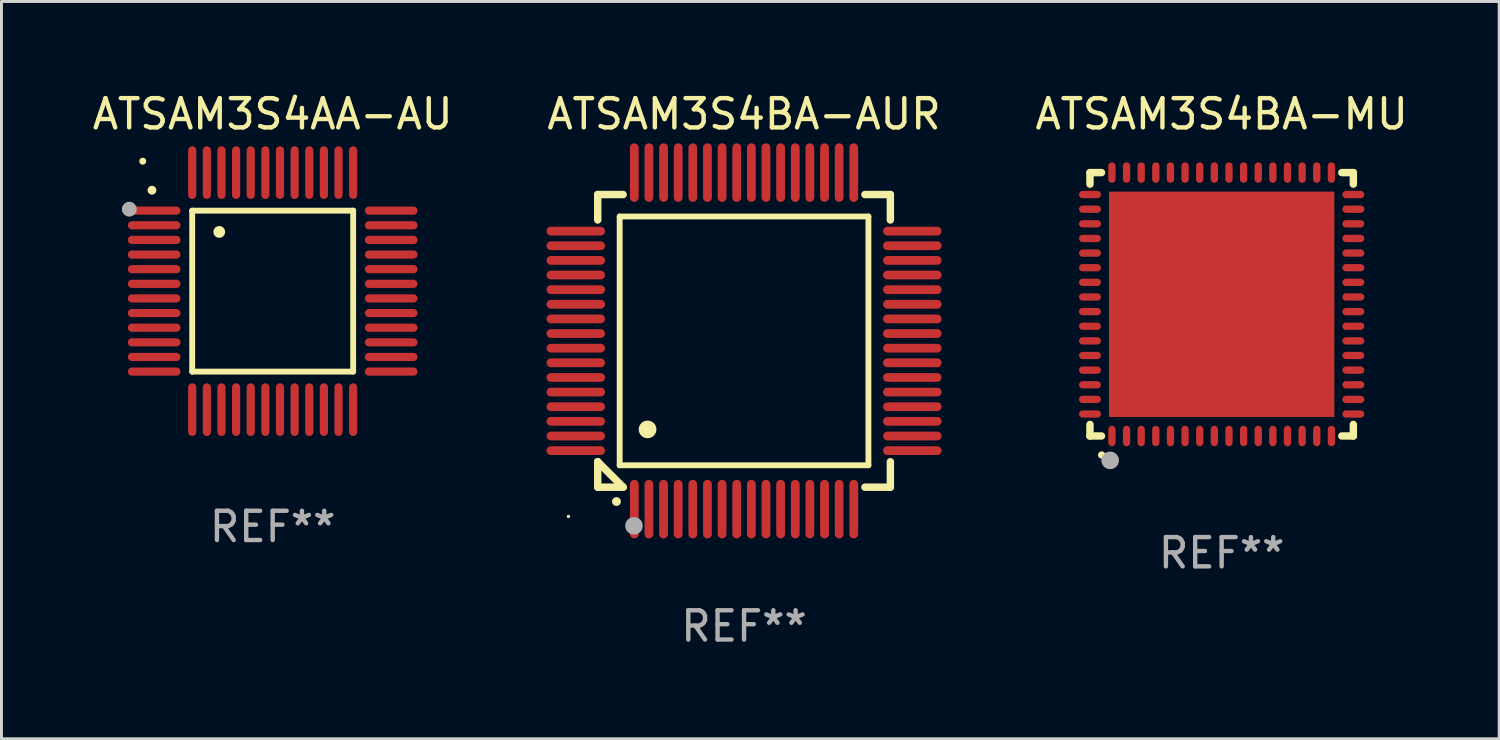
<source format=kicad_pcb>
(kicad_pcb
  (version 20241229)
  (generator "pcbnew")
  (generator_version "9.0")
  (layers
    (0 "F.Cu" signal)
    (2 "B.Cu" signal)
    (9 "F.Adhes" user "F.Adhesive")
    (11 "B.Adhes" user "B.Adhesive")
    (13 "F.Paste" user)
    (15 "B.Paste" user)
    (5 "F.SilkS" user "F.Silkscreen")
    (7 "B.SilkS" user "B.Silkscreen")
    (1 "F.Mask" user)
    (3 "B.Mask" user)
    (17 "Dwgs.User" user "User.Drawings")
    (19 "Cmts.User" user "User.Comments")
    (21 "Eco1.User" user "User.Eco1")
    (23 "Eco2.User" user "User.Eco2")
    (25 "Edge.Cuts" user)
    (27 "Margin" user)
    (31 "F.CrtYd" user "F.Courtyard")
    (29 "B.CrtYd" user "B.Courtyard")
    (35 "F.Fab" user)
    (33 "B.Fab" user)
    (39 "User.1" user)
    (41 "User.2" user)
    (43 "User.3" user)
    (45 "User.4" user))
  (footprint "ATSAM3S4AA-AU"
    (layer "F.Cu")
    (at 6.268 6.898)
    (property "Reference" "ATSAM3S4AA-AU" (at 0 -6.05 0) (layer "F.SilkS") (effects (font (size 1 1) (thickness 0.15))))
    (attr through_hole)
    (fp_line (start -2.75 -2.75) (end 2.75 -2.75) (stroke (width 0.2) (type solid)) (layer "F.SilkS"))
    (fp_line (start -2.75 2.75) (end -2.75 -2.75) (stroke (width 0.2) (type solid)) (layer "F.SilkS"))
    (fp_line (start 2.75 -2.75) (end 2.75 2.75) (stroke (width 0.2) (type solid)) (layer "F.SilkS"))
    (fp_line (start 2.75 2.75) (end -2.75 2.75) (stroke (width 0.2) (type solid)) (layer "F.SilkS"))
    (fp_arc (start -4.124968 -3.446787) (mid -4.124973 -3.448057) (end -4.124968 -3.449327) (stroke (width 0.3) (type solid)) (layer "F.SilkS"))
    (fp_arc (start -1.826264 -2.021844) (mid -1.826268 -2.023114) (end -1.826264 -2.024384) (stroke (width 0.4) (type solid)) (layer "F.SilkS"))
    (fp_circle (center -4.44 -4.44) (end -4.38 -4.44) (stroke (width 0.12) (type solid)) (fill no) (layer "F.SilkS"))
    (fp_circle (center -4.9 -2.8) (end -4.773 -2.8) (stroke (width 0.254) (type solid)) (fill no) (layer "F.Fab"))
    (fp_text user "REF**" (at 0 8.05 0) (layer "F.Fab") (effects (font (size 1 1) (thickness 0.15))))
    (pad "1" smd oval (at -4.05 -2.75 90) (size 0.28 1.8) (layers "F.Cu" "F.Mask" "F.Paste"))
    (pad "2" smd oval (at -4.05 -2.25 90) (size 0.28 1.8) (layers "F.Cu" "F.Mask" "F.Paste"))
    (pad "3" smd oval (at -4.05 -1.75 90) (size 0.28 1.8) (layers "F.Cu" "F.Mask" "F.Paste"))
    (pad "4" smd oval (at -4.05 -1.25 90) (size 0.28 1.8) (layers "F.Cu" "F.Mask" "F.Paste"))
    (pad "5" smd oval (at -4.05 -0.75 90) (size 0.28 1.8) (layers "F.Cu" "F.Mask" "F.Paste"))
    (pad "6" smd oval (at -4.05 -0.25 90) (size 0.28 1.8) (layers "F.Cu" "F.Mask" "F.Paste"))
    (pad "7" smd oval (at -4.05 0.25 90) (size 0.28 1.8) (layers "F.Cu" "F.Mask" "F.Paste"))
    (pad "8" smd oval (at -4.05 0.75 90) (size 0.28 1.8) (layers "F.Cu" "F.Mask" "F.Paste"))
    (pad "9" smd oval (at -4.05 1.25 90) (size 0.28 1.8) (layers "F.Cu" "F.Mask" "F.Paste"))
    (pad "10" smd oval (at -4.05 1.75 90) (size 0.28 1.8) (layers "F.Cu" "F.Mask" "F.Paste"))
    (pad "11" smd oval (at -4.05 2.25 90) (size 0.28 1.8) (layers "F.Cu" "F.Mask" "F.Paste"))
    (pad "12" smd oval (at -4.05 2.75 90) (size 0.28 1.8) (layers "F.Cu" "F.Mask" "F.Paste"))
    (pad "13" smd oval (at -2.75 4.05) (size 0.28 1.8) (layers "F.Cu" "F.Mask" "F.Paste"))
    (pad "14" smd oval (at -2.25 4.05) (size 0.28 1.8) (layers "F.Cu" "F.Mask" "F.Paste"))
    (pad "15" smd oval (at -1.75 4.05) (size 0.28 1.8) (layers "F.Cu" "F.Mask" "F.Paste"))
    (pad "16" smd oval (at -1.25 4.05) (size 0.28 1.8) (layers "F.Cu" "F.Mask" "F.Paste"))
    (pad "17" smd oval (at -0.75 4.05) (size 0.28 1.8) (layers "F.Cu" "F.Mask" "F.Paste"))
    (pad "18" smd oval (at -0.25 4.05) (size 0.28 1.8) (layers "F.Cu" "F.Mask" "F.Paste"))
    (pad "19" smd oval (at 0.25 4.05) (size 0.28 1.8) (layers "F.Cu" "F.Mask" "F.Paste"))
    (pad "20" smd oval (at 0.75 4.05) (size 0.28 1.8) (layers "F.Cu" "F.Mask" "F.Paste"))
    (pad "21" smd oval (at 1.25 4.05) (size 0.28 1.8) (layers "F.Cu" "F.Mask" "F.Paste"))
    (pad "22" smd oval (at 1.75 4.05) (size 0.28 1.8) (layers "F.Cu" "F.Mask" "F.Paste"))
    (pad "23" smd oval (at 2.25 4.05) (size 0.28 1.8) (layers "F.Cu" "F.Mask" "F.Paste"))
    (pad "24" smd oval (at 2.75 4.05) (size 0.28 1.8) (layers "F.Cu" "F.Mask" "F.Paste"))
    (pad "25" smd oval (at 4.05 2.75 90) (size 0.28 1.8) (layers "F.Cu" "F.Mask" "F.Paste"))
    (pad "26" smd oval (at 4.05 2.25 90) (size 0.28 1.8) (layers "F.Cu" "F.Mask" "F.Paste"))
    (pad "27" smd oval (at 4.05 1.75 90) (size 0.28 1.8) (layers "F.Cu" "F.Mask" "F.Paste"))
    (pad "28" smd oval (at 4.05 1.25 90) (size 0.28 1.8) (layers "F.Cu" "F.Mask" "F.Paste"))
    (pad "29" smd oval (at 4.05 0.75 90) (size 0.28 1.8) (layers "F.Cu" "F.Mask" "F.Paste"))
    (pad "30" smd oval (at 4.05 0.25 90) (size 0.28 1.8) (layers "F.Cu" "F.Mask" "F.Paste"))
    (pad "31" smd oval (at 4.05 -0.25 90) (size 0.28 1.8) (layers "F.Cu" "F.Mask" "F.Paste"))
    (pad "32" smd oval (at 4.05 -0.75 90) (size 0.28 1.8) (layers "F.Cu" "F.Mask" "F.Paste"))
    (pad "33" smd oval (at 4.05 -1.25 90) (size 0.28 1.8) (layers "F.Cu" "F.Mask" "F.Paste"))
    (pad "34" smd oval (at 4.05 -1.75 90) (size 0.28 1.8) (layers "F.Cu" "F.Mask" "F.Paste"))
    (pad "35" smd oval (at 4.05 -2.25 90) (size 0.28 1.8) (layers "F.Cu" "F.Mask" "F.Paste"))
    (pad "36" smd oval (at 4.05 -2.75 90) (size 0.28 1.8) (layers "F.Cu" "F.Mask" "F.Paste"))
    (pad "37" smd oval (at 2.75 -4.05) (size 0.28 1.8) (layers "F.Cu" "F.Mask" "F.Paste"))
    (pad "38" smd oval (at 2.25 -4.05) (size 0.28 1.8) (layers "F.Cu" "F.Mask" "F.Paste"))
    (pad "39" smd oval (at 1.75 -4.05) (size 0.28 1.8) (layers "F.Cu" "F.Mask" "F.Paste"))
    (pad "40" smd oval (at 1.25 -4.05) (size 0.28 1.8) (layers "F.Cu" "F.Mask" "F.Paste"))
    (pad "41" smd oval (at 0.75 -4.05) (size 0.28 1.8) (layers "F.Cu" "F.Mask" "F.Paste"))
    (pad "42" smd oval (at 0.25 -4.05) (size 0.28 1.8) (layers "F.Cu" "F.Mask" "F.Paste"))
    (pad "43" smd oval (at -0.25 -4.05) (size 0.28 1.8) (layers "F.Cu" "F.Mask" "F.Paste"))
    (pad "44" smd oval (at -0.75 -4.05) (size 0.28 1.8) (layers "F.Cu" "F.Mask" "F.Paste"))
    (pad "45" smd oval (at -1.25 -4.05) (size 0.28 1.8) (layers "F.Cu" "F.Mask" "F.Paste"))
    (pad "46" smd oval (at -1.75 -4.05) (size 0.28 1.8) (layers "F.Cu" "F.Mask" "F.Paste"))
    (pad "47" smd oval (at -2.25 -4.05) (size 0.28 1.8) (layers "F.Cu" "F.Mask" "F.Paste"))
    (pad "48" smd oval (at -2.75 -4.05) (size 0.28 1.8) (layers "F.Cu" "F.Mask" "F.Paste")))
  (footprint "ATSAM3S4BA-MU"
    (layer "F.Cu")
    (at 38.696 7.348)
    (property "Reference" "ATSAM3S4BA-MU" (at 0 -6.5 0) (layer "F.SilkS") (effects (font (size 1 1) (thickness 0.15))))
    (attr through_hole)
    (fp_line (start -4.5 -4.5) (end -4.106 -4.5) (stroke (width 0.254) (type solid)) (layer "F.SilkS"))
    (fp_line (start -4.5 -4.106) (end -4.5 -4.5) (stroke (width 0.254) (type solid)) (layer "F.SilkS"))
    (fp_line (start -4.5 4.5) (end -4.5 4.106) (stroke (width 0.254) (type solid)) (layer "F.SilkS"))
    (fp_line (start -4.106 4.5) (end -4.5 4.5) (stroke (width 0.254) (type solid)) (layer "F.SilkS"))
    (fp_line (start 4.106 -4.5) (end 4.5 -4.5) (stroke (width 0.254) (type solid)) (layer "F.SilkS"))
    (fp_line (start 4.5 -4.5) (end 4.5 -4.106) (stroke (width 0.254) (type solid)) (layer "F.SilkS"))
    (fp_line (start 4.5 4.106) (end 4.5 4.5) (stroke (width 0.254) (type solid)) (layer "F.SilkS"))
    (fp_line (start 4.5 4.5) (end 4.106 4.5) (stroke (width 0.254) (type solid)) (layer "F.SilkS"))
    (fp_arc (start -4.099987 5.149898) (mid -4.098717 5.149892) (end -4.097447 5.149898) (stroke (width 0.24892) (type solid)) (layer "F.SilkS"))
    (fp_circle (center -4.5 4.5) (end -4.47 4.5) (stroke (width 0.06) (type solid)) (fill no) (layer "F.SilkS"))
    (fp_circle (center -3.81 5.334) (end -3.66 5.334) (stroke (width 0.3) (type solid)) (fill no) (layer "F.Fab"))
    (fp_text user "REF**" (at 0 8.5 0) (layer "F.Fab") (effects (font (size 1 1) (thickness 0.15))))
    (pad "1" smd oval (at -3.75 4.5) (size 0.25 0.7) (layers "F.Cu" "F.Mask" "F.Paste"))
    (pad "2" smd oval (at -3.25 4.5) (size 0.25 0.7) (layers "F.Cu" "F.Mask" "F.Paste"))
    (pad "3" smd oval (at -2.75 4.5) (size 0.25 0.7) (layers "F.Cu" "F.Mask" "F.Paste"))
    (pad "4" smd oval (at -2.25 4.5) (size 0.25 0.7) (layers "F.Cu" "F.Mask" "F.Paste"))
    (pad "5" smd oval (at -1.75 4.5) (size 0.25 0.7) (layers "F.Cu" "F.Mask" "F.Paste"))
    (pad "6" smd oval (at -1.25 4.5) (size 0.25 0.7) (layers "F.Cu" "F.Mask" "F.Paste"))
    (pad "7" smd oval (at -0.75 4.5) (size 0.25 0.7) (layers "F.Cu" "F.Mask" "F.Paste"))
    (pad "8" smd oval (at -0.25 4.5) (size 0.25 0.7) (layers "F.Cu" "F.Mask" "F.Paste"))
    (pad "9" smd oval (at 0.25 4.5) (size 0.25 0.7) (layers "F.Cu" "F.Mask" "F.Paste"))
    (pad "10" smd oval (at 0.75 4.5) (size 0.25 0.7) (layers "F.Cu" "F.Mask" "F.Paste"))
    (pad "11" smd oval (at 1.25 4.5) (size 0.25 0.7) (layers "F.Cu" "F.Mask" "F.Paste"))
    (pad "12" smd oval (at 1.75 4.5) (size 0.25 0.7) (layers "F.Cu" "F.Mask" "F.Paste"))
    (pad "13" smd oval (at 2.25 4.5) (size 0.25 0.7) (layers "F.Cu" "F.Mask" "F.Paste"))
    (pad "14" smd oval (at 2.75 4.5) (size 0.25 0.7) (layers "F.Cu" "F.Mask" "F.Paste"))
    (pad "15" smd oval (at 3.25 4.5) (size 0.25 0.7) (layers "F.Cu" "F.Mask" "F.Paste"))
    (pad "16" smd oval (at 3.75 4.5) (size 0.25 0.7) (layers "F.Cu" "F.Mask" "F.Paste"))
    (pad "17" smd oval (at 4.5 3.75) (size 0.75 0.25) (layers "F.Cu" "F.Mask" "F.Paste"))
    (pad "18" smd oval (at 4.5 3.25) (size 0.75 0.25) (layers "F.Cu" "F.Mask" "F.Paste"))
    (pad "19" smd oval (at 4.5 2.75) (size 0.75 0.25) (layers "F.Cu" "F.Mask" "F.Paste"))
    (pad "20" smd oval (at 4.5 2.25) (size 0.75 0.25) (layers "F.Cu" "F.Mask" "F.Paste"))
    (pad "21" smd oval (at 4.5 1.75) (size 0.75 0.25) (layers "F.Cu" "F.Mask" "F.Paste"))
    (pad "22" smd oval (at 4.5 1.25) (size 0.75 0.25) (layers "F.Cu" "F.Mask" "F.Paste"))
    (pad "23" smd oval (at 4.5 0.75) (size 0.75 0.25) (layers "F.Cu" "F.Mask" "F.Paste"))
    (pad "24" smd oval (at 4.5 0.25) (size 0.75 0.25) (layers "F.Cu" "F.Mask" "F.Paste"))
    (pad "25" smd oval (at 4.5 -0.25) (size 0.75 0.25) (layers "F.Cu" "F.Mask" "F.Paste"))
    (pad "26" smd oval (at 4.5 -0.75) (size 0.75 0.25) (layers "F.Cu" "F.Mask" "F.Paste"))
    (pad "27" smd oval (at 4.5 -1.25) (size 0.75 0.25) (layers "F.Cu" "F.Mask" "F.Paste"))
    (pad "28" smd oval (at 4.5 -1.75) (size 0.75 0.25) (layers "F.Cu" "F.Mask" "F.Paste"))
    (pad "29" smd oval (at 4.5 -2.25) (size 0.75 0.25) (layers "F.Cu" "F.Mask" "F.Paste"))
    (pad "30" smd oval (at 4.5 -2.75) (size 0.75 0.25) (layers "F.Cu" "F.Mask" "F.Paste"))
    (pad "31" smd oval (at 4.5 -3.25) (size 0.75 0.25) (layers "F.Cu" "F.Mask" "F.Paste"))
    (pad "32" smd oval (at 4.5 -3.75) (size 0.75 0.25) (layers "F.Cu" "F.Mask" "F.Paste"))
    (pad "33" smd oval (at 3.75 -4.5) (size 0.25 0.7) (layers "F.Cu" "F.Mask" "F.Paste"))
    (pad "34" smd oval (at 3.25 -4.5) (size 0.25 0.7) (layers "F.Cu" "F.Mask" "F.Paste"))
    (pad "35" smd oval (at 2.75 -4.5) (size 0.25 0.7) (layers "F.Cu" "F.Mask" "F.Paste"))
    (pad "36" smd oval (at 2.25 -4.5) (size 0.25 0.7) (layers "F.Cu" "F.Mask" "F.Paste"))
    (pad "37" smd oval (at 1.75 -4.5) (size 0.25 0.7) (layers "F.Cu" "F.Mask" "F.Paste"))
    (pad "38" smd oval (at 1.25 -4.5) (size 0.25 0.7) (layers "F.Cu" "F.Mask" "F.Paste"))
    (pad "39" smd oval (at 0.75 -4.5) (size 0.25 0.7) (layers "F.Cu" "F.Mask" "F.Paste"))
    (pad "40" smd oval (at 0.25 -4.5) (size 0.25 0.7) (layers "F.Cu" "F.Mask" "F.Paste"))
    (pad "41" smd oval (at -0.25 -4.5) (size 0.25 0.7) (layers "F.Cu" "F.Mask" "F.Paste"))
    (pad "42" smd oval (at -0.75 -4.5) (size 0.25 0.7) (layers "F.Cu" "F.Mask" "F.Paste"))
    (pad "43" smd oval (at -1.25 -4.5) (size 0.25 0.7) (layers "F.Cu" "F.Mask" "F.Paste"))
    (pad "44" smd oval (at -1.75 -4.5) (size 0.25 0.7) (layers "F.Cu" "F.Mask" "F.Paste"))
    (pad "45" smd oval (at -2.25 -4.5) (size 0.25 0.7) (layers "F.Cu" "F.Mask" "F.Paste"))
    (pad "46" smd oval (at -2.75 -4.5) (size 0.25 0.7) (layers "F.Cu" "F.Mask" "F.Paste"))
    (pad "47" smd oval (at -3.25 -4.5) (size 0.25 0.7) (layers "F.Cu" "F.Mask" "F.Paste"))
    (pad "48" smd oval (at -3.75 -4.5) (size 0.25 0.7) (layers "F.Cu" "F.Mask" "F.Paste"))
    (pad "49" smd oval (at -4.5 -3.75) (size 0.75 0.25) (layers "F.Cu" "F.Mask" "F.Paste"))
    (pad "50" smd oval (at -4.5 -3.25) (size 0.75 0.25) (layers "F.Cu" "F.Mask" "F.Paste"))
    (pad "51" smd oval (at -4.5 -2.75) (size 0.75 0.25) (layers "F.Cu" "F.Mask" "F.Paste"))
    (pad "52" smd oval (at -4.5 -2.25) (size 0.75 0.25) (layers "F.Cu" "F.Mask" "F.Paste"))
    (pad "53" smd oval (at -4.5 -1.75) (size 0.75 0.25) (layers "F.Cu" "F.Mask" "F.Paste"))
    (pad "54" smd oval (at -4.5 -1.25) (size 0.75 0.25) (layers "F.Cu" "F.Mask" "F.Paste"))
    (pad "55" smd oval (at -4.5 -0.75) (size 0.75 0.25) (layers "F.Cu" "F.Mask" "F.Paste"))
    (pad "56" smd oval (at -4.5 -0.25) (size 0.75 0.25) (layers "F.Cu" "F.Mask" "F.Paste"))
    (pad "57" smd oval (at -4.5 0.25) (size 0.75 0.25) (layers "F.Cu" "F.Mask" "F.Paste"))
    (pad "58" smd oval (at -4.5 0.75) (size 0.75 0.25) (layers "F.Cu" "F.Mask" "F.Paste"))
    (pad "59" smd oval (at -4.5 1.25) (size 0.75 0.25) (layers "F.Cu" "F.Mask" "F.Paste"))
    (pad "60" smd oval (at -4.5 1.75) (size 0.75 0.25) (layers "F.Cu" "F.Mask" "F.Paste"))
    (pad "61" smd oval (at -4.5 2.25) (size 0.75 0.25) (layers "F.Cu" "F.Mask" "F.Paste"))
    (pad "62" smd oval (at -4.5 2.75) (size 0.75 0.25) (layers "F.Cu" "F.Mask" "F.Paste"))
    (pad "63" smd oval (at -4.5 3.25) (size 0.75 0.25) (layers "F.Cu" "F.Mask" "F.Paste"))
    (pad "64" smd oval (at -4.5 3.75) (size 0.75 0.25) (layers "F.Cu" "F.Mask" "F.Paste"))
    (pad "65" smd rect (at 0.000394 -0.000013) (size 7.7 7.7) (layers "F.Cu" "F.Mask" "F.Paste")))
  (footprint "ATSAM3S4BA-AUR"
    (layer "F.Cu")
    (at 22.375 8.598)
    (property "Reference" "ATSAM3S4BA-AUR" (at 0 -7.75 0) (layer "F.SilkS") (effects (font (size 1 1) (thickness 0.15))))
    (attr through_hole)
    (fp_line (start -5 -5) (end -4.131 -5) (stroke (width 0.254) (type solid)) (layer "F.SilkS"))
    (fp_line (start -5 -4.131) (end -5 -5) (stroke (width 0.254) (type solid)) (layer "F.SilkS"))
    (fp_line (start -5 4.131) (end -5 4.131) (stroke (width 0.254) (type solid)) (layer "F.SilkS"))
    (fp_line (start -5 5) (end -5 4.131) (stroke (width 0.254) (type solid)) (layer "F.SilkS"))
    (fp_line (start -5 4.131) (end -4.131 5) (stroke (width 0.254) (type solid)) (layer "F.SilkS"))
    (fp_line (start -4.25 -4.25) (end -4.25 4.25) (stroke (width 0.2) (type solid)) (layer "F.SilkS"))
    (fp_line (start -4.25 4.25) (end 4.25 4.25) (stroke (width 0.2) (type solid)) (layer "F.SilkS"))
    (fp_line (start -4.131 5) (end -5 5) (stroke (width 0.254) (type solid)) (layer "F.SilkS"))
    (fp_line (start 4.25 -4.25) (end -4.25 -4.25) (stroke (width 0.2) (type solid)) (layer "F.SilkS"))
    (fp_line (start 4.25 4.25) (end 4.25 -4.25) (stroke (width 0.2) (type solid)) (layer "F.SilkS"))
    (fp_line (start 5 -5) (end 4.131 -5) (stroke (width 0.254) (type solid)) (layer "F.SilkS"))
    (fp_line (start 5 -5) (end 5 -4.131) (stroke (width 0.254) (type solid)) (layer "F.SilkS"))
    (fp_line (start 5 4.131) (end 5 5) (stroke (width 0.254) (type solid)) (layer "F.SilkS"))
    (fp_line (start 5 5) (end 4.131 5) (stroke (width 0.254) (type solid)) (layer "F.SilkS"))
    (fp_arc (start -4.361265 5.489992) (mid -4.359995 5.489987) (end -4.358725 5.489992) (stroke (width 0.3) (type solid)) (layer "F.SilkS"))
    (fp_arc (start -3.299467 3.025146) (mid -3.296927 3.025135) (end -3.294387 3.025146) (stroke (width 0.6) (type solid)) (layer "F.SilkS"))
    (fp_circle (center -6 6) (end -5.97 6) (stroke (width 0.06) (type solid)) (fill no) (layer "F.SilkS"))
    (fp_circle (center -3.76 6.32) (end -3.61 6.32) (stroke (width 0.3) (type solid)) (fill no) (layer "F.Fab"))
    (fp_text user "REF**" (at 0 9.75 0) (layer "F.Fab") (effects (font (size 1 1) (thickness 0.15))))
    (pad "1" smd oval (at -3.75 5.75) (size 0.3 2) (layers "F.Cu" "F.Mask" "F.Paste"))
    (pad "2" smd oval (at -3.25 5.75) (size 0.3 2) (layers "F.Cu" "F.Mask" "F.Paste"))
    (pad "3" smd oval (at -2.75 5.75) (size 0.3 2) (layers "F.Cu" "F.Mask" "F.Paste"))
    (pad "4" smd oval (at -2.25 5.75) (size 0.3 2) (layers "F.Cu" "F.Mask" "F.Paste"))
    (pad "5" smd oval (at -1.75 5.75) (size 0.3 2) (layers "F.Cu" "F.Mask" "F.Paste"))
    (pad "6" smd oval (at -1.25 5.75) (size 0.3 2) (layers "F.Cu" "F.Mask" "F.Paste"))
    (pad "7" smd oval (at -0.75 5.75) (size 0.3 2) (layers "F.Cu" "F.Mask" "F.Paste"))
    (pad "8" smd oval (at -0.25 5.75) (size 0.3 2) (layers "F.Cu" "F.Mask" "F.Paste"))
    (pad "9" smd oval (at 0.25 5.75) (size 0.3 2) (layers "F.Cu" "F.Mask" "F.Paste"))
    (pad "10" smd oval (at 0.75 5.75) (size 0.3 2) (layers "F.Cu" "F.Mask" "F.Paste"))
    (pad "11" smd oval (at 1.25 5.75) (size 0.3 2) (layers "F.Cu" "F.Mask" "F.Paste"))
    (pad "12" smd oval (at 1.75 5.75) (size 0.3 2) (layers "F.Cu" "F.Mask" "F.Paste"))
    (pad "13" smd oval (at 2.25 5.75) (size 0.3 2) (layers "F.Cu" "F.Mask" "F.Paste"))
    (pad "14" smd oval (at 2.75 5.75) (size 0.3 2) (layers "F.Cu" "F.Mask" "F.Paste"))
    (pad "15" smd oval (at 3.25 5.75) (size 0.3 2) (layers "F.Cu" "F.Mask" "F.Paste"))
    (pad "16" smd oval (at 3.75 5.75) (size 0.3 2) (layers "F.Cu" "F.Mask" "F.Paste"))
    (pad "17" smd oval (at 5.75 3.75) (size 2 0.3) (layers "F.Cu" "F.Mask" "F.Paste"))
    (pad "18" smd oval (at 5.75 3.25) (size 2 0.3) (layers "F.Cu" "F.Mask" "F.Paste"))
    (pad "19" smd oval (at 5.75 2.75) (size 2 0.3) (layers "F.Cu" "F.Mask" "F.Paste"))
    (pad "20" smd oval (at 5.75 2.25) (size 2 0.3) (layers "F.Cu" "F.Mask" "F.Paste"))
    (pad "21" smd oval (at 5.75 1.75) (size 2 0.3) (layers "F.Cu" "F.Mask" "F.Paste"))
    (pad "22" smd oval (at 5.75 1.25) (size 2 0.3) (layers "F.Cu" "F.Mask" "F.Paste"))
    (pad "23" smd oval (at 5.75 0.75) (size 2 0.3) (layers "F.Cu" "F.Mask" "F.Paste"))
    (pad "24" smd oval (at 5.75 0.25) (size 2 0.3) (layers "F.Cu" "F.Mask" "F.Paste"))
    (pad "25" smd oval (at 5.75 -0.25) (size 2 0.3) (layers "F.Cu" "F.Mask" "F.Paste"))
    (pad "26" smd oval (at 5.75 -0.75) (size 2 0.3) (layers "F.Cu" "F.Mask" "F.Paste"))
    (pad "27" smd oval (at 5.75 -1.25) (size 2 0.3) (layers "F.Cu" "F.Mask" "F.Paste"))
    (pad "28" smd oval (at 5.75 -1.75) (size 2 0.3) (layers "F.Cu" "F.Mask" "F.Paste"))
    (pad "29" smd oval (at 5.75 -2.25) (size 2 0.3) (layers "F.Cu" "F.Mask" "F.Paste"))
    (pad "30" smd oval (at 5.75 -2.75) (size 2 0.3) (layers "F.Cu" "F.Mask" "F.Paste"))
    (pad "31" smd oval (at 5.75 -3.25) (size 2 0.3) (layers "F.Cu" "F.Mask" "F.Paste"))
    (pad "32" smd oval (at 5.75 -3.75) (size 2 0.3) (layers "F.Cu" "F.Mask" "F.Paste"))
    (pad "33" smd oval (at 3.75 -5.75) (size 0.3 2) (layers "F.Cu" "F.Mask" "F.Paste"))
    (pad "34" smd oval (at 3.25 -5.75) (size 0.3 2) (layers "F.Cu" "F.Mask" "F.Paste"))
    (pad "35" smd oval (at 2.75 -5.75) (size 0.3 2) (layers "F.Cu" "F.Mask" "F.Paste"))
    (pad "36" smd oval (at 2.25 -5.75) (size 0.3 2) (layers "F.Cu" "F.Mask" "F.Paste"))
    (pad "37" smd oval (at 1.75 -5.75) (size 0.3 2) (layers "F.Cu" "F.Mask" "F.Paste"))
    (pad "38" smd oval (at 1.25 -5.75) (size 0.3 2) (layers "F.Cu" "F.Mask" "F.Paste"))
    (pad "39" smd oval (at 0.75 -5.75) (size 0.3 2) (layers "F.Cu" "F.Mask" "F.Paste"))
    (pad "40" smd oval (at 0.25 -5.75) (size 0.3 2) (layers "F.Cu" "F.Mask" "F.Paste"))
    (pad "41" smd oval (at -0.25 -5.75) (size 0.3 2) (layers "F.Cu" "F.Mask" "F.Paste"))
    (pad "42" smd oval (at -0.75 -5.75) (size 0.3 2) (layers "F.Cu" "F.Mask" "F.Paste"))
    (pad "43" smd oval (at -1.25 -5.75) (size 0.3 2) (layers "F.Cu" "F.Mask" "F.Paste"))
    (pad "44" smd oval (at -1.75 -5.75) (size 0.3 2) (layers "F.Cu" "F.Mask" "F.Paste"))
    (pad "45" smd oval (at -2.25 -5.75) (size 0.3 2) (layers "F.Cu" "F.Mask" "F.Paste"))
    (pad "46" smd oval (at -2.75 -5.75) (size 0.3 2) (layers "F.Cu" "F.Mask" "F.Paste"))
    (pad "47" smd oval (at -3.25 -5.75) (size 0.3 2) (layers "F.Cu" "F.Mask" "F.Paste"))
    (pad "48" smd oval (at -3.75 -5.75) (size 0.3 2) (layers "F.Cu" "F.Mask" "F.Paste"))
    (pad "49" smd oval (at -5.75 -3.75) (size 2 0.3) (layers "F.Cu" "F.Mask" "F.Paste"))
    (pad "50" smd oval (at -5.75 -3.25) (size 2 0.3) (layers "F.Cu" "F.Mask" "F.Paste"))
    (pad "51" smd oval (at -5.75 -2.75) (size 2 0.3) (layers "F.Cu" "F.Mask" "F.Paste"))
    (pad "52" smd oval (at -5.75 -2.25) (size 2 0.3) (layers "F.Cu" "F.Mask" "F.Paste"))
    (pad "53" smd oval (at -5.75 -1.75) (size 2 0.3) (layers "F.Cu" "F.Mask" "F.Paste"))
    (pad "54" smd oval (at -5.75 -1.25) (size 2 0.3) (layers "F.Cu" "F.Mask" "F.Paste"))
    (pad "55" smd oval (at -5.75 -0.75) (size 2 0.3) (layers "F.Cu" "F.Mask" "F.Paste"))
    (pad "56" smd oval (at -5.75 -0.25) (size 2 0.3) (layers "F.Cu" "F.Mask" "F.Paste"))
    (pad "57" smd oval (at -5.75 0.25) (size 2 0.3) (layers "F.Cu" "F.Mask" "F.Paste"))
    (pad "58" smd oval (at -5.75 0.75) (size 2 0.3) (layers "F.Cu" "F.Mask" "F.Paste"))
    (pad "59" smd oval (at -5.75 1.25) (size 2 0.3) (layers "F.Cu" "F.Mask" "F.Paste"))
    (pad "60" smd oval (at -5.75 1.75) (size 2 0.3) (layers "F.Cu" "F.Mask" "F.Paste"))
    (pad "61" smd oval (at -5.75 2.25) (size 2 0.3) (layers "F.Cu" "F.Mask" "F.Paste"))
    (pad "62" smd oval (at -5.75 2.75) (size 2 0.3) (layers "F.Cu" "F.Mask" "F.Paste"))
    (pad "63" smd oval (at -5.75 3.25) (size 2 0.3) (layers "F.Cu" "F.Mask" "F.Paste"))
    (pad "64" smd oval (at -5.75 3.75) (size 2 0.3) (layers "F.Cu" "F.Mask" "F.Paste")))
  (gr_rect
    (start -3 -3)
    (end 48.179 22.196)
    (stroke (width 0.1) (type default))
    (fill no)
    (layer "Edge.Cuts")))
</source>
